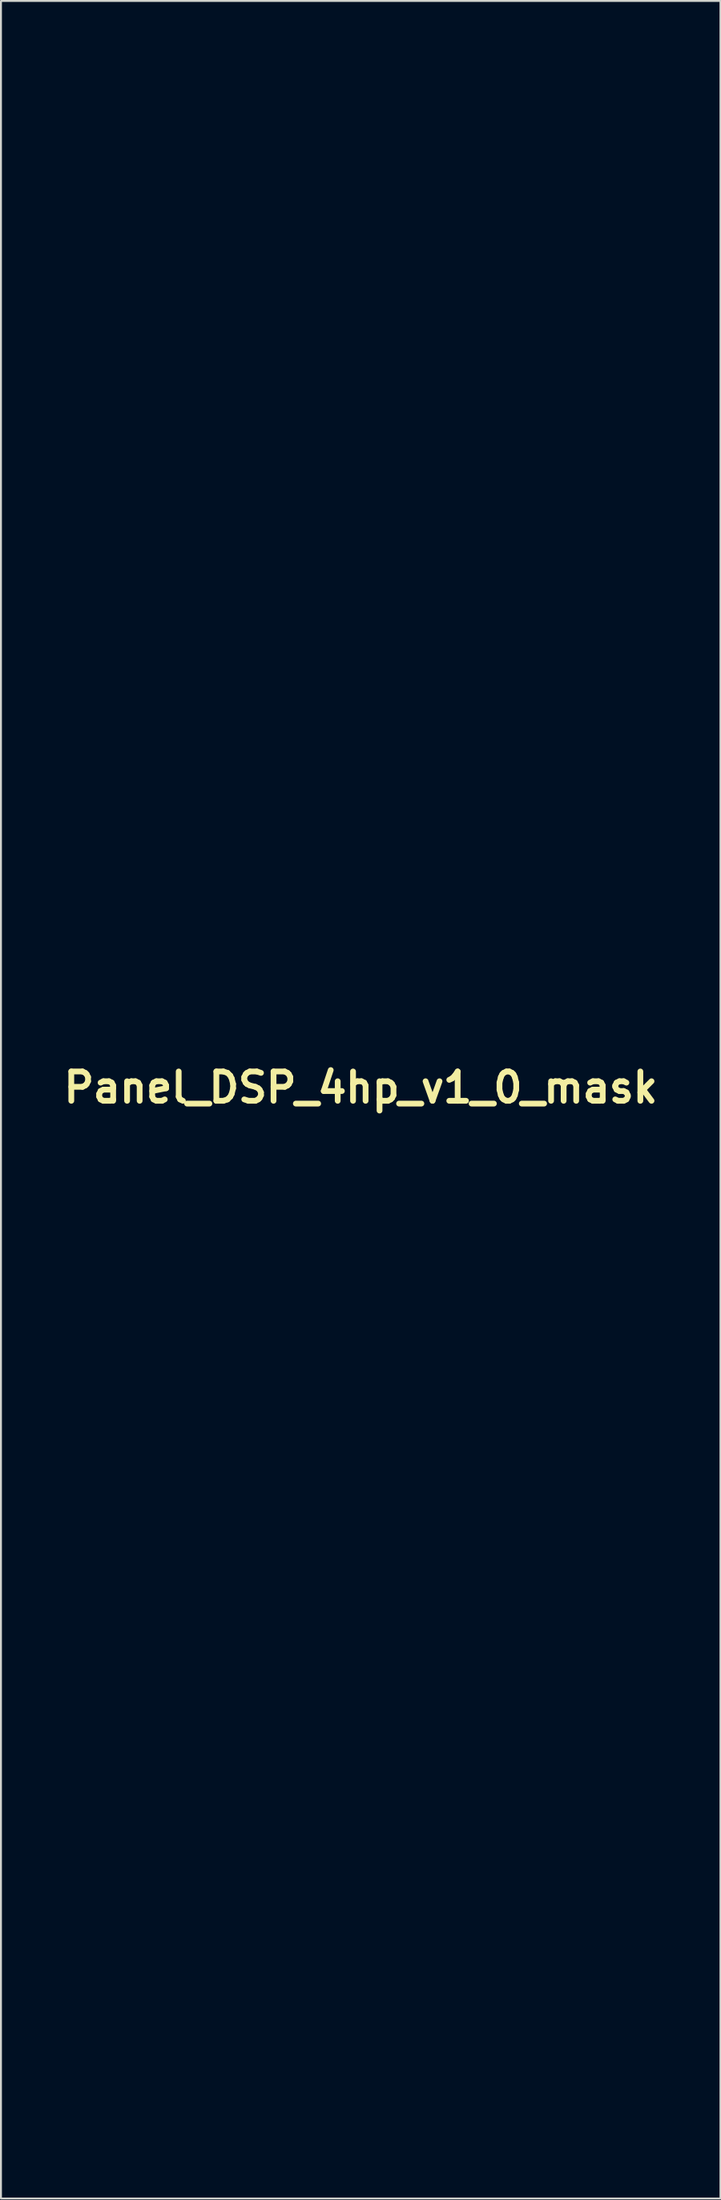
<source format=kicad_pcb>
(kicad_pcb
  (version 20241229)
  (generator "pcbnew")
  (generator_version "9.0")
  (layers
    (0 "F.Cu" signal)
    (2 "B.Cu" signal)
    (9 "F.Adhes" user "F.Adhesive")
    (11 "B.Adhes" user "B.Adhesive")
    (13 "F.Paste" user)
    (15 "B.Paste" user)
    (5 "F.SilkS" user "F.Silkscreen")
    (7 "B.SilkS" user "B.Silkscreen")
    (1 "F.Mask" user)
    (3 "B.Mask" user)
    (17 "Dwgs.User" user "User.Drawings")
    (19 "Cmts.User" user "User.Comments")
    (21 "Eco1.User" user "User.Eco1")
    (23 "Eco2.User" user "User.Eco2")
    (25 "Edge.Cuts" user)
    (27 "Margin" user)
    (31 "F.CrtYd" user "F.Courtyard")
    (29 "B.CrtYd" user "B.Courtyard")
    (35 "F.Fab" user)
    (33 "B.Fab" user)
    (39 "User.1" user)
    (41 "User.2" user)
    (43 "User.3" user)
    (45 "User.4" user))
  (footprint "Panel_DSP_4hp_v1_0_mask"
    (layer "F.Cu")
    (at 15.719 53.472)
    (property "Reference" "Panel_DSP_4hp_v1_0_mask" (at 0 0 0) (layer "F.SilkS") (effects (font (size 1.524 1.524) (thickness 0.3))))
    (attr through_hole)
    (fp_poly (pts (xy -4.487 6.096) (xy -6.435 6.096) (xy -6.435 5.842) (xy -4.487 5.842) (xy -4.487 6.096)) (stroke (width 0.01) (type solid)) (fill yes) (layer "F.Mask"))
    (fp_poly (pts (xy 0.028 -44.631) (xy 0.031 -44.609) (xy 0.038 -44.45) (xy 0.031 -44.291) (xy 0.023 -44.254) (xy 0.018 -44.293) (xy 0.014 -44.398) (xy 0.014 -44.45) (xy 0.016 -44.577) (xy 0.021 -44.641) (xy 0.028 -44.631)) (stroke (width 0.01) (type solid)) (fill yes) (layer "F.Mask"))
    (fp_poly (pts (xy 0.028 -43.869) (xy 0.031 -43.847) (xy 0.038 -43.688) (xy 0.031 -43.529) (xy 0.023 -43.492) (xy 0.018 -43.531) (xy 0.014 -43.636) (xy 0.014 -43.688) (xy 0.016 -43.815) (xy 0.021 -43.879) (xy 0.028 -43.869)) (stroke (width 0.01) (type solid)) (fill yes) (layer "F.Mask"))
    (fp_poly (pts (xy 0.028 -25.623) (xy 0.031 -25.601) (xy 0.038 -25.442) (xy 0.031 -25.284) (xy 0.023 -25.246) (xy 0.018 -25.285) (xy 0.014 -25.391) (xy 0.014 -25.442) (xy 0.016 -25.57) (xy 0.021 -25.633) (xy 0.028 -25.623)) (stroke (width 0.01) (type solid)) (fill yes) (layer "F.Mask"))
    (fp_poly (pts (xy 0.028 -24.861) (xy 0.031 -24.839) (xy 0.038 -24.68) (xy 0.031 -24.522) (xy 0.023 -24.484) (xy 0.018 -24.523) (xy 0.014 -24.629) (xy 0.014 -24.68) (xy 0.016 -24.808) (xy 0.021 -24.871) (xy 0.028 -24.861)) (stroke (width 0.01) (type solid)) (fill yes) (layer "F.Mask"))
    (fp_poly (pts (xy 0.028 -6.489) (xy 0.031 -6.466) (xy 0.038 -6.307) (xy 0.031 -6.149) (xy 0.023 -6.112) (xy 0.018 -6.15) (xy 0.014 -6.256) (xy 0.014 -6.308) (xy 0.016 -6.435) (xy 0.021 -6.498) (xy 0.028 -6.489)) (stroke (width 0.01) (type solid)) (fill yes) (layer "F.Mask"))
    (fp_poly (pts (xy 0.028 -5.727) (xy 0.031 -5.704) (xy 0.038 -5.545) (xy 0.031 -5.387) (xy 0.023 -5.35) (xy 0.018 -5.388) (xy 0.014 -5.494) (xy 0.014 -5.546) (xy 0.016 -5.673) (xy 0.021 -5.736) (xy 0.028 -5.727)) (stroke (width 0.01) (type solid)) (fill yes) (layer "F.Mask"))
    (fp_poly (pts (xy 0.071 12.44) (xy 0.073 12.458) (xy 0.08 12.607) (xy 0.073 12.749) (xy 0.073 12.754) (xy 0.065 12.783) (xy 0.059 12.738) (xy 0.056 12.627) (xy 0.056 12.594) (xy 0.058 12.474) (xy 0.064 12.42) (xy 0.071 12.44)) (stroke (width 0.01) (type solid)) (fill yes) (layer "F.Mask"))
    (fp_poly (pts (xy 0.071 13.159) (xy 0.073 13.177) (xy 0.08 13.327) (xy 0.073 13.469) (xy 0.073 13.474) (xy 0.065 13.503) (xy 0.059 13.457) (xy 0.056 13.347) (xy 0.056 13.314) (xy 0.058 13.194) (xy 0.064 13.139) (xy 0.071 13.159)) (stroke (width 0.01) (type solid)) (fill yes) (layer "F.Mask"))
    (fp_poly (pts (xy 0.317 12.924) (xy 0.495 12.927) (xy 0.596 12.931) (xy 0.618 12.938) (xy 0.559 12.946) (xy 0.418 12.956) (xy 0.296 12.962) (xy 0.099 12.965) (xy -0.125 12.96) (xy -0.275 12.951) (xy -0.362 12.942) (xy -0.371 12.934) (xy -0.299 12.929) (xy -0.146 12.926) (xy 0.064 12.924) (xy 0.317 12.924)) (stroke (width 0.01) (type solid)) (fill yes) (layer "F.Mask"))
    (fp_poly (pts (xy 0.278 -44.098) (xy 0.477 -44.095) (xy 0.598 -44.091) (xy 0.638 -44.086) (xy 0.597 -44.078) (xy 0.473 -44.07) (xy 0.275 -44.06) (xy 0.082 -44.057) (xy -0.149 -44.061) (xy -0.368 -44.071) (xy -0.381 -44.072) (xy -0.485 -44.08) (xy -0.512 -44.087) (xy -0.461 -44.092) (xy -0.33 -44.095) (xy -0.117 -44.097) (xy 0 -44.098) (xy 0.278 -44.098)) (stroke (width 0.01) (type solid)) (fill yes) (layer "F.Mask"))
    (fp_poly (pts (xy 0.278 -25.09) (xy 0.477 -25.088) (xy 0.598 -25.084) (xy 0.638 -25.078) (xy 0.597 -25.071) (xy 0.473 -25.062) (xy 0.275 -25.053) (xy 0.082 -25.05) (xy -0.149 -25.053) (xy -0.368 -25.063) (xy -0.381 -25.064) (xy -0.485 -25.072) (xy -0.512 -25.079) (xy -0.461 -25.084) (xy -0.33 -25.088) (xy -0.117 -25.09) (xy 0 -25.09) (xy 0.278 -25.09)) (stroke (width 0.01) (type solid)) (fill yes) (layer "F.Mask"))
    (fp_poly (pts (xy 0.278 -5.955) (xy 0.477 -5.953) (xy 0.598 -5.949) (xy 0.638 -5.943) (xy 0.597 -5.936) (xy 0.473 -5.928) (xy 0.275 -5.918) (xy 0.082 -5.915) (xy -0.149 -5.919) (xy -0.368 -5.929) (xy -0.381 -5.929) (xy -0.485 -5.938) (xy -0.512 -5.944) (xy -0.461 -5.949) (xy -0.33 -5.953) (xy -0.117 -5.955) (xy 0 -5.955) (xy 0.278 -5.955)) (stroke (width 0.01) (type solid)) (fill yes) (layer "F.Mask"))
    (fp_poly (pts (xy 3.084 41.723) (xy 3.186 41.793) (xy 3.254 41.921) (xy 3.291 42.113) (xy 3.302 42.376) (xy 3.29 42.641) (xy 3.253 42.833) (xy 3.185 42.96) (xy 3.082 43.029) (xy 2.942 43.05) (xy 2.827 43.034) (xy 2.748 42.999) (xy 2.671 42.918) (xy 2.62 42.807) (xy 2.593 42.648) (xy 2.583 42.425) (xy 2.582 42.376) (xy 2.594 42.11) (xy 2.631 41.918) (xy 2.699 41.792) (xy 2.802 41.722) (xy 2.942 41.701) (xy 3.084 41.723)) (stroke (width 0.01) (type solid)) (fill yes) (layer "F.Mask"))
    (fp_poly (pts (xy 5.34 4.935) (xy 5.372 4.955) (xy 5.39 5.007) (xy 5.401 5.106) (xy 5.407 5.269) (xy 5.41 5.345) (xy 5.422 5.757) (xy 6.265 5.757) (xy 6.265 6.011) (xy 5.419 6.011) (xy 5.419 6.435) (xy 5.418 6.627) (xy 5.413 6.75) (xy 5.401 6.819) (xy 5.377 6.85) (xy 5.339 6.858) (xy 5.32 6.858) (xy 5.231 6.847) (xy 5.193 6.83) (xy 5.181 6.778) (xy 5.171 6.661) (xy 5.165 6.501) (xy 5.165 6.406) (xy 5.165 6.011) (xy 4.318 6.011) (xy 4.318 5.757) (xy 5.162 5.757) (xy 5.174 5.345) (xy 5.18 5.155) (xy 5.189 5.035) (xy 5.204 4.968) (xy 5.23 4.939) (xy 5.272 4.932) (xy 5.292 4.932) (xy 5.34 4.935)) (stroke (width 0.01) (type solid)) (fill yes) (layer "F.Mask"))
    (fp_poly (pts (xy -4.526 18.762) (xy -4.483 18.812) (xy -4.446 18.916) (xy -4.436 18.964) (xy -4.414 19.079) (xy -4.394 19.152) (xy -4.388 19.163) (xy -4.343 19.158) (xy -4.252 19.123) (xy -4.221 19.109) (xy -4.088 19.066) (xy -3.994 19.07) (xy -3.963 19.095) (xy -3.988 19.127) (xy -4.079 19.178) (xy -4.143 19.209) (xy -4.371 19.314) (xy -4.343 19.584) (xy -4.335 19.742) (xy -4.348 19.835) (xy -4.377 19.859) (xy -4.419 19.807) (xy -4.446 19.746) (xy -4.478 19.618) (xy -4.487 19.513) (xy -4.503 19.421) (xy -4.557 19.394) (xy -4.659 19.43) (xy -4.699 19.452) (xy -4.819 19.5) (xy -4.931 19.513) (xy -5.006 19.487) (xy -5.013 19.478) (xy -4.989 19.446) (xy -4.904 19.397) (xy -4.782 19.346) (xy -4.527 19.25) (xy -4.555 18.996) (xy -4.568 18.854) (xy -4.564 18.78) (xy -4.541 18.759) (xy -4.526 18.762)) (stroke (width 0.01) (type solid)) (fill yes) (layer "F.Mask"))
    (fp_poly (pts (xy -8.032 10.396) (xy -7.966 10.5) (xy -7.945 10.547) (xy -7.878 10.718) (xy -7.734 10.608) (xy -7.622 10.537) (xy -7.525 10.501) (xy -7.463 10.505) (xy -7.452 10.53) (xy -7.484 10.571) (xy -7.565 10.643) (xy -7.639 10.702) (xy -7.825 10.842) (xy -7.722 11.074) (xy -7.661 11.215) (xy -7.63 11.297) (xy -7.63 11.334) (xy -7.656 11.345) (xy -7.685 11.345) (xy -7.74 11.309) (xy -7.803 11.215) (xy -7.832 11.155) (xy -7.884 11.045) (xy -7.926 10.976) (xy -7.94 10.964) (xy -7.987 10.988) (xy -8.074 11.05) (xy -8.124 11.088) (xy -8.247 11.169) (xy -8.328 11.181) (xy -8.34 11.176) (xy -8.369 11.14) (xy -8.336 11.09) (xy -8.296 11.057) (xy -8.18 10.965) (xy -8.088 10.89) (xy -7.985 10.807) (xy -8.078 10.582) (xy -8.126 10.459) (xy -8.153 10.371) (xy -8.156 10.343) (xy -8.101 10.338) (xy -8.032 10.396)) (stroke (width 0.01) (type solid)) (fill yes) (layer "F.Mask"))
    (fp_poly (pts (xy 7.734 10.004) (xy 7.757 10.051) (xy 7.796 10.165) (xy 7.847 10.333) (xy 7.904 10.538) (xy 7.939 10.668) (xy 8.107 11.309) (xy 8.29 11.282) (xy 8.404 11.269) (xy 8.454 11.279) (xy 8.461 11.319) (xy 8.46 11.329) (xy 8.422 11.378) (xy 8.322 11.429) (xy 8.15 11.486) (xy 8.107 11.498) (xy 7.896 11.555) (xy 7.754 11.586) (xy 7.67 11.592) (xy 7.631 11.574) (xy 7.627 11.533) (xy 7.628 11.528) (xy 7.675 11.469) (xy 7.773 11.423) (xy 7.782 11.42) (xy 7.839 11.405) (xy 7.878 11.387) (xy 7.898 11.354) (xy 7.898 11.291) (xy 7.878 11.189) (xy 7.838 11.033) (xy 7.777 10.811) (xy 7.754 10.731) (xy 7.637 10.308) (xy 7.497 10.322) (xy 7.399 10.321) (xy 7.373 10.291) (xy 7.375 10.282) (xy 7.418 10.22) (xy 7.5 10.142) (xy 7.597 10.068) (xy 7.683 10.015) (xy 7.734 10.004) (xy 7.734 10.004)) (stroke (width 0.01) (type solid)) (fill yes) (layer "F.Mask"))
    (fp_poly (pts (xy 3.329 19.365) (xy 3.324 19.403) (xy 3.309 19.474) (xy 3.29 19.59) (xy 3.284 19.629) (xy 3.26 19.805) (xy 3.514 19.904) (xy 3.644 19.958) (xy 3.736 20.004) (xy 3.768 20.03) (xy 3.733 20.073) (xy 3.641 20.079) (xy 3.51 20.047) (xy 3.454 20.026) (xy 3.268 19.946) (xy 3.243 20.038) (xy 3.223 20.155) (xy 3.218 20.241) (xy 3.202 20.316) (xy 3.164 20.388) (xy 3.122 20.437) (xy 3.091 20.438) (xy 3.086 20.42) (xy 3.084 20.321) (xy 3.094 20.181) (xy 3.111 20.044) (xy 3.117 20.012) (xy 3.123 19.942) (xy 3.096 19.893) (xy 3.02 19.847) (xy 2.925 19.805) (xy 2.806 19.749) (xy 2.728 19.699) (xy 2.709 19.675) (xy 2.73 19.653) (xy 2.801 19.654) (xy 2.934 19.679) (xy 3.059 19.709) (xy 3.133 19.721) (xy 3.166 19.697) (xy 3.175 19.614) (xy 3.175 19.568) (xy 3.188 19.448) (xy 3.222 19.363) (xy 3.232 19.352) (xy 3.298 19.326) (xy 3.329 19.365)) (stroke (width 0.01) (type solid)) (fill yes) (layer "F.Mask"))
    (fp_poly (pts (xy 8.636 12.606) (xy 7.948 12.642) (xy 7.26 12.679) (xy 7.233 13.293) (xy 7.157 14.071) (xy 7.001 14.826) (xy 6.767 15.551) (xy 6.457 16.244) (xy 6.071 16.901) (xy 5.612 17.517) (xy 5.236 17.935) (xy 4.942 18.238) (xy 5.411 18.757) (xy 5.585 18.95) (xy 5.707 19.091) (xy 5.785 19.189) (xy 5.824 19.254) (xy 5.833 19.296) (xy 5.817 19.324) (xy 5.809 19.331) (xy 5.742 19.375) (xy 5.715 19.386) (xy 5.681 19.356) (xy 5.602 19.274) (xy 5.491 19.153) (xy 5.36 19.005) (xy 5.355 19) (xy 5.185 18.807) (xy 4.997 18.599) (xy 4.82 18.405) (xy 4.724 18.3) (xy 4.431 17.986) (xy 4.728 17.682) (xy 5.245 17.096) (xy 5.684 16.479) (xy 6.045 15.834) (xy 6.327 15.164) (xy 6.529 14.469) (xy 6.65 13.753) (xy 6.689 13.041) (xy 6.689 12.501) (xy 7.313 12.473) (xy 7.571 12.461) (xy 7.834 12.447) (xy 8.073 12.432) (xy 8.261 12.42) (xy 8.287 12.418) (xy 8.636 12.391) (xy 8.636 12.606)) (stroke (width 0.01) (type solid)) (fill yes) (layer "F.Mask"))
    (fp_poly (pts (xy -6.554 10.297) (xy -6.531 10.304) (xy -6.533 10.351) (xy -6.555 10.466) (xy -6.594 10.632) (xy -6.647 10.837) (xy -6.682 10.967) (xy -6.742 11.188) (xy -6.79 11.38) (xy -6.823 11.529) (xy -6.838 11.621) (xy -6.837 11.641) (xy -6.783 11.675) (xy -6.688 11.705) (xy -6.599 11.746) (xy -6.559 11.805) (xy -6.582 11.858) (xy -6.593 11.865) (xy -6.646 11.862) (xy -6.76 11.84) (xy -6.916 11.803) (xy -7.017 11.777) (xy -7.204 11.723) (xy -7.322 11.681) (xy -7.385 11.642) (xy -7.407 11.602) (xy -7.408 11.589) (xy -7.396 11.536) (xy -7.344 11.525) (xy -7.271 11.537) (xy -7.166 11.559) (xy -7.099 11.572) (xy -7.097 11.572) (xy -7.074 11.537) (xy -7.035 11.438) (xy -6.985 11.295) (xy -6.93 11.126) (xy -6.875 10.949) (xy -6.827 10.784) (xy -6.792 10.649) (xy -6.775 10.562) (xy -6.774 10.552) (xy -6.81 10.504) (xy -6.879 10.474) (xy -6.969 10.435) (xy -6.982 10.389) (xy -6.922 10.345) (xy -6.795 10.311) (xy -6.771 10.308) (xy -6.644 10.296) (xy -6.554 10.297)) (stroke (width 0.01) (type solid)) (fill yes) (layer "F.Mask"))
    (fp_poly (pts (xy 7.005 10.67) (xy 7.021 10.689) (xy 7.008 10.743) (xy 6.965 10.85) (xy 6.94 10.907) (xy 6.897 11.005) (xy 6.877 11.071) (xy 6.888 11.124) (xy 6.94 11.182) (xy 7.041 11.262) (xy 7.154 11.348) (xy 7.239 11.42) (xy 7.258 11.462) (xy 7.229 11.483) (xy 7.152 11.474) (xy 7.04 11.415) (xy 6.999 11.386) (xy 6.899 11.314) (xy 6.828 11.269) (xy 6.811 11.262) (xy 6.782 11.297) (xy 6.738 11.387) (xy 6.714 11.447) (xy 6.662 11.554) (xy 6.603 11.635) (xy 6.551 11.676) (xy 6.522 11.662) (xy 6.519 11.642) (xy 6.534 11.583) (xy 6.571 11.474) (xy 6.604 11.388) (xy 6.651 11.266) (xy 6.682 11.181) (xy 6.689 11.156) (xy 6.657 11.124) (xy 6.576 11.06) (xy 6.497 11.001) (xy 6.39 10.919) (xy 6.347 10.867) (xy 6.36 10.834) (xy 6.37 10.827) (xy 6.447 10.824) (xy 6.562 10.888) (xy 6.584 10.905) (xy 6.677 10.97) (xy 6.738 11.002) (xy 6.749 11.002) (xy 6.773 10.956) (xy 6.816 10.861) (xy 6.83 10.827) (xy 6.886 10.727) (xy 6.946 10.672) (xy 6.962 10.668) (xy 7.005 10.67)) (stroke (width 0.01) (type solid)) (fill yes) (layer "F.Mask"))
    (fp_poly (pts (xy -3.147 18.998) (xy -2.961 19.081) (xy -2.809 19.197) (xy -2.751 19.27) (xy -2.687 19.439) (xy -2.705 19.602) (xy -2.804 19.747) (xy -2.817 19.759) (xy -2.881 19.806) (xy -2.955 19.835) (xy -3.063 19.849) (xy -3.225 19.854) (xy -3.299 19.854) (xy -3.49 19.858) (xy -3.619 19.87) (xy -3.707 19.895) (xy -3.777 19.937) (xy -3.783 19.942) (xy -3.86 20.016) (xy -3.894 20.078) (xy -3.895 20.081) (xy -3.86 20.124) (xy -3.767 20.192) (xy -3.636 20.272) (xy -3.598 20.293) (xy -3.42 20.401) (xy -3.322 20.487) (xy -3.303 20.555) (xy -3.335 20.59) (xy -3.384 20.579) (xy -3.489 20.533) (xy -3.633 20.461) (xy -3.759 20.394) (xy -3.919 20.301) (xy -4.048 20.218) (xy -4.129 20.157) (xy -4.149 20.132) (xy -4.12 20.049) (xy -4.049 19.939) (xy -3.956 19.829) (xy -3.865 19.747) (xy -3.825 19.725) (xy -3.734 19.706) (xy -3.586 19.692) (xy -3.411 19.685) (xy -3.369 19.685) (xy -3.185 19.681) (xy -3.066 19.669) (xy -2.991 19.643) (xy -2.949 19.608) (xy -2.885 19.489) (xy -2.9 19.372) (xy -2.986 19.264) (xy -3.138 19.176) (xy -3.27 19.133) (xy -3.399 19.087) (xy -3.465 19.037) (xy -3.463 18.994) (xy -3.39 18.969) (xy -3.334 18.966) (xy -3.147 18.998)) (stroke (width 0.01) (type solid)) (fill yes) (layer "F.Mask"))
    (fp_poly (pts (xy 4.388 18.542) (xy 4.501 18.655) (xy 4.51 18.671) (xy 4.551 18.768) (xy 4.565 18.858) (xy 4.547 18.962) (xy 4.493 19.098) (xy 4.399 19.285) (xy 4.381 19.319) (xy 4.293 19.491) (xy 4.241 19.608) (xy 4.22 19.688) (xy 4.225 19.749) (xy 4.24 19.788) (xy 4.286 19.867) (xy 4.32 19.897) (xy 4.369 19.877) (xy 4.47 19.824) (xy 4.605 19.748) (xy 4.641 19.727) (xy 4.799 19.636) (xy 4.899 19.584) (xy 4.957 19.566) (xy 4.988 19.578) (xy 5.008 19.615) (xy 5.01 19.62) (xy 4.994 19.668) (xy 4.914 19.74) (xy 4.764 19.842) (xy 4.665 19.902) (xy 4.508 19.995) (xy 4.379 20.072) (xy 4.294 20.122) (xy 4.271 20.135) (xy 4.226 20.118) (xy 4.181 20.076) (xy 4.074 19.925) (xy 4.029 19.777) (xy 4.045 19.615) (xy 4.123 19.422) (xy 4.196 19.29) (xy 4.279 19.139) (xy 4.341 19.003) (xy 4.37 18.909) (xy 4.371 18.896) (xy 4.341 18.767) (xy 4.262 18.692) (xy 4.146 18.672) (xy 4.009 18.705) (xy 3.865 18.792) (xy 3.737 18.919) (xy 3.657 18.983) (xy 3.59 18.982) (xy 3.557 18.918) (xy 3.556 18.903) (xy 3.59 18.835) (xy 3.676 18.745) (xy 3.793 18.649) (xy 3.919 18.564) (xy 4.034 18.508) (xy 4.053 18.502) (xy 4.232 18.488) (xy 4.388 18.542)) (stroke (width 0.01) (type solid)) (fill yes) (layer "F.Mask"))
    (fp_poly (pts (xy -8.181 12.418) (xy -7.993 12.43) (xy -7.751 12.444) (xy -7.485 12.459) (xy -7.226 12.472) (xy -7.213 12.472) (xy -6.616 12.5) (xy -6.591 13.182) (xy -6.535 13.874) (xy -6.418 14.521) (xy -6.236 15.142) (xy -5.984 15.755) (xy -5.897 15.935) (xy -5.707 16.282) (xy -5.482 16.64) (xy -5.235 16.991) (xy -4.981 17.315) (xy -4.732 17.596) (xy -4.514 17.805) (xy -4.411 17.903) (xy -4.373 17.971) (xy -4.383 18.01) (xy -4.434 18.073) (xy -4.527 18.182) (xy -4.653 18.325) (xy -4.802 18.491) (xy -4.964 18.67) (xy -5.128 18.851) (xy -5.284 19.022) (xy -5.423 19.172) (xy -5.535 19.29) (xy -5.609 19.366) (xy -5.635 19.389) (xy -5.681 19.36) (xy -5.716 19.324) (xy -5.743 19.269) (xy -5.718 19.206) (xy -5.666 19.144) (xy -5.597 19.067) (xy -5.486 18.945) (xy -5.35 18.794) (xy -5.207 18.635) (xy -4.853 18.242) (xy -5.108 17.979) (xy -5.627 17.385) (xy -6.071 16.751) (xy -6.442 16.076) (xy -6.74 15.358) (xy -6.921 14.774) (xy -7.007 14.394) (xy -7.078 13.973) (xy -7.128 13.547) (xy -7.153 13.152) (xy -7.154 13.036) (xy -7.154 12.658) (xy -7.377 12.657) (xy -7.513 12.655) (xy -7.705 12.648) (xy -7.924 12.638) (xy -8.075 12.63) (xy -8.281 12.617) (xy -8.417 12.606) (xy -8.497 12.59) (xy -8.537 12.568) (xy -8.55 12.533) (xy -8.551 12.497) (xy -8.551 12.392) (xy -8.181 12.418)) (stroke (width 0.01) (type solid)) (fill yes) (layer "F.Mask"))
    (fp_poly (pts (xy 0.197 4.421) (xy 0.38 4.496) (xy 0.514 4.64) (xy 0.598 4.852) (xy 0.632 5.131) (xy 0.633 5.186) (xy 0.609 5.464) (xy 0.54 5.686) (xy 0.428 5.843) (xy 0.344 5.903) (xy 0.19 5.95) (xy 0.003 5.964) (xy -0.172 5.942) (xy -0.244 5.917) (xy -0.374 5.809) (xy -0.439 5.692) (xy -0.195 5.692) (xy -0.17 5.735) (xy -0.087 5.781) (xy 0.04 5.798) (xy 0.174 5.786) (xy 0.252 5.758) (xy 0.32 5.691) (xy 0.376 5.585) (xy 0.377 5.583) (xy 0.398 5.485) (xy 0.413 5.348) (xy 0.422 5.196) (xy 0.422 5.051) (xy 0.415 4.936) (xy 0.399 4.874) (xy 0.392 4.87) (xy 0.366 4.887) (xy 0.317 4.941) (xy 0.239 5.04) (xy 0.126 5.191) (xy -0.028 5.4) (xy -0.122 5.531) (xy -0.184 5.629) (xy -0.195 5.692) (xy -0.439 5.692) (xy -0.471 5.633) (xy -0.529 5.4) (xy -0.536 5.339) (xy -0.338 5.339) (xy -0.328 5.448) (xy -0.308 5.501) (xy -0.301 5.503) (xy -0.263 5.471) (xy -0.186 5.384) (xy -0.081 5.256) (xy 0.037 5.103) (xy 0.337 4.703) (xy 0.244 4.637) (xy 0.091 4.574) (xy -0.061 4.588) (xy -0.192 4.673) (xy -0.279 4.807) (xy -0.306 4.908) (xy -0.326 5.046) (xy -0.337 5.197) (xy -0.338 5.339) (xy -0.536 5.339) (xy -0.54 5.298) (xy -0.536 4.997) (xy -0.477 4.755) (xy -0.366 4.575) (xy -0.205 4.459) (xy -0.034 4.415) (xy 0.197 4.421)) (stroke (width 0.01) (type solid)) (fill yes) (layer "F.Mask"))
    (fp_poly (pts (xy -2.062 -37.748) (xy -1.956 -37.715) (xy -1.905 -37.698) (xy -1.58 -37.605) (xy -1.193 -37.529) (xy -0.766 -37.474) (xy -0.32 -37.439) (xy 0.123 -37.428) (xy 0.542 -37.443) (xy 0.759 -37.463) (xy 1.028 -37.502) (xy 1.336 -37.559) (xy 1.65 -37.627) (xy 1.933 -37.699) (xy 2.076 -37.741) (xy 2.104 -37.738) (xy 2.134 -37.708) (xy 2.171 -37.641) (xy 2.219 -37.529) (xy 2.28 -37.361) (xy 2.36 -37.131) (xy 2.455 -36.85) (xy 2.541 -36.587) (xy 2.617 -36.353) (xy 2.679 -36.159) (xy 2.722 -36.015) (xy 2.744 -35.935) (xy 2.745 -35.921) (xy 2.696 -35.903) (xy 2.648 -35.892) (xy 2.614 -35.896) (xy 2.58 -35.927) (xy 2.542 -35.996) (xy 2.493 -36.115) (xy 2.43 -36.294) (xy 2.357 -36.513) (xy 2.285 -36.729) (xy 2.223 -36.916) (xy 2.175 -37.058) (xy 2.145 -37.142) (xy 2.139 -37.159) (xy 2.096 -37.154) (xy 1.989 -37.133) (xy 1.834 -37.099) (xy 1.689 -37.066) (xy 1.046 -36.947) (xy 0.376 -36.885) (xy -0.297 -36.881) (xy -0.952 -36.935) (xy -1.46 -37.023) (xy -1.664 -37.067) (xy -1.843 -37.104) (xy -1.978 -37.13) (xy -2.049 -37.141) (xy -2.049 -37.141) (xy -2.084 -37.132) (xy -2.12 -37.093) (xy -2.161 -37.013) (xy -2.214 -36.88) (xy -2.283 -36.685) (xy -2.345 -36.502) (xy -2.418 -36.284) (xy -2.484 -36.098) (xy -2.536 -35.957) (xy -2.571 -35.874) (xy -2.581 -35.858) (xy -2.632 -35.878) (xy -2.676 -35.901) (xy -2.704 -35.925) (xy -2.715 -35.965) (xy -2.706 -36.034) (xy -2.675 -36.148) (xy -2.618 -36.321) (xy -2.585 -36.418) (xy -2.502 -36.665) (xy -2.412 -36.939) (xy -2.328 -37.2) (xy -2.288 -37.327) (xy -2.231 -37.504) (xy -2.179 -37.646) (xy -2.139 -37.737) (xy -2.12 -37.761) (xy -2.062 -37.748)) (stroke (width 0.01) (type solid)) (fill yes) (layer "F.Mask"))
    (fp_poly (pts (xy -2.062 -18.741) (xy -1.956 -18.708) (xy -1.905 -18.69) (xy -1.58 -18.597) (xy -1.193 -18.522) (xy -0.766 -18.466) (xy -0.32 -18.432) (xy 0.123 -18.421) (xy 0.542 -18.435) (xy 0.759 -18.455) (xy 1.028 -18.494) (xy 1.336 -18.551) (xy 1.65 -18.619) (xy 1.933 -18.691) (xy 2.076 -18.733) (xy 2.104 -18.731) (xy 2.134 -18.701) (xy 2.171 -18.634) (xy 2.219 -18.521) (xy 2.28 -18.354) (xy 2.36 -18.123) (xy 2.455 -17.842) (xy 2.541 -17.58) (xy 2.617 -17.346) (xy 2.679 -17.151) (xy 2.722 -17.008) (xy 2.744 -16.927) (xy 2.745 -16.913) (xy 2.696 -16.895) (xy 2.648 -16.884) (xy 2.614 -16.888) (xy 2.58 -16.919) (xy 2.542 -16.988) (xy 2.493 -17.107) (xy 2.43 -17.286) (xy 2.357 -17.505) (xy 2.285 -17.722) (xy 2.223 -17.908) (xy 2.175 -18.05) (xy 2.145 -18.134) (xy 2.139 -18.151) (xy 2.096 -18.147) (xy 1.989 -18.126) (xy 1.834 -18.092) (xy 1.689 -18.058) (xy 1.046 -17.939) (xy 0.376 -17.877) (xy -0.297 -17.873) (xy -0.952 -17.927) (xy -1.46 -18.015) (xy -1.664 -18.059) (xy -1.843 -18.096) (xy -1.978 -18.122) (xy -2.049 -18.134) (xy -2.049 -18.134) (xy -2.084 -18.125) (xy -2.12 -18.085) (xy -2.161 -18.005) (xy -2.214 -17.873) (xy -2.283 -17.678) (xy -2.345 -17.494) (xy -2.418 -17.277) (xy -2.484 -17.09) (xy -2.536 -16.949) (xy -2.571 -16.866) (xy -2.581 -16.85) (xy -2.632 -16.87) (xy -2.676 -16.893) (xy -2.704 -16.917) (xy -2.715 -16.957) (xy -2.706 -17.027) (xy -2.675 -17.141) (xy -2.618 -17.314) (xy -2.585 -17.411) (xy -2.502 -17.657) (xy -2.412 -17.932) (xy -2.328 -18.192) (xy -2.288 -18.32) (xy -2.231 -18.497) (xy -2.179 -18.639) (xy -2.139 -18.729) (xy -2.12 -18.754) (xy -2.062 -18.741)) (stroke (width 0.01) (type solid)) (fill yes) (layer "F.Mask"))
    (fp_poly (pts (xy -2.062 0.394) (xy -1.956 0.427) (xy -1.905 0.444) (xy -1.58 0.537) (xy -1.193 0.613) (xy -0.766 0.669) (xy -0.32 0.703) (xy 0.123 0.714) (xy 0.542 0.7) (xy 0.759 0.68) (xy 1.028 0.641) (xy 1.336 0.583) (xy 1.65 0.515) (xy 1.933 0.444) (xy 2.076 0.402) (xy 2.104 0.404) (xy 2.134 0.434) (xy 2.171 0.501) (xy 2.219 0.614) (xy 2.28 0.781) (xy 2.36 1.012) (xy 2.455 1.293) (xy 2.541 1.555) (xy 2.617 1.789) (xy 2.679 1.983) (xy 2.722 2.127) (xy 2.744 2.208) (xy 2.745 2.221) (xy 2.696 2.24) (xy 2.648 2.25) (xy 2.614 2.247) (xy 2.58 2.216) (xy 2.542 2.146) (xy 2.493 2.028) (xy 2.43 1.849) (xy 2.357 1.63) (xy 2.285 1.413) (xy 2.223 1.227) (xy 2.175 1.084) (xy 2.145 1) (xy 2.139 0.984) (xy 2.096 0.988) (xy 1.989 1.009) (xy 1.834 1.043) (xy 1.689 1.077) (xy 1.046 1.196) (xy 0.376 1.257) (xy -0.297 1.262) (xy -0.952 1.208) (xy -1.46 1.119) (xy -1.664 1.075) (xy -1.843 1.038) (xy -1.978 1.012) (xy -2.049 1.001) (xy -2.049 1.001) (xy -2.084 1.01) (xy -2.12 1.049) (xy -2.161 1.13) (xy -2.214 1.262) (xy -2.283 1.457) (xy -2.345 1.64) (xy -2.418 1.858) (xy -2.484 2.044) (xy -2.536 2.186) (xy -2.571 2.268) (xy -2.581 2.285) (xy -2.632 2.265) (xy -2.676 2.241) (xy -2.704 2.217) (xy -2.715 2.178) (xy -2.706 2.108) (xy -2.675 1.994) (xy -2.618 1.821) (xy -2.585 1.724) (xy -2.502 1.477) (xy -2.412 1.203) (xy -2.328 0.943) (xy -2.288 0.815) (xy -2.231 0.638) (xy -2.179 0.496) (xy -2.139 0.405) (xy -2.12 0.381) (xy -2.062 0.394)) (stroke (width 0.01) (type solid)) (fill yes) (layer "F.Mask"))
    (fp_poly (pts (xy -1.702 4.536) (xy -1.664 4.584) (xy -1.624 4.684) (xy -1.579 4.842) (xy -1.527 5.067) (xy -1.464 5.366) (xy -1.448 5.446) (xy -1.395 5.71) (xy -1.348 5.947) (xy -1.31 6.144) (xy -1.284 6.288) (xy -1.271 6.366) (xy -1.27 6.375) (xy -1.308 6.405) (xy -1.411 6.447) (xy -1.559 6.493) (xy -1.64 6.515) (xy -2.316 6.729) (xy -2.967 7.02) (xy -3.587 7.382) (xy -4.168 7.808) (xy -4.7 8.294) (xy -5.177 8.832) (xy -5.59 9.417) (xy -5.704 9.608) (xy -5.796 9.762) (xy -5.876 9.885) (xy -5.932 9.96) (xy -5.949 9.975) (xy -5.997 9.96) (xy -6.11 9.911) (xy -6.274 9.835) (xy -6.48 9.736) (xy -6.715 9.62) (xy -6.827 9.564) (xy -7.1 9.426) (xy -7.305 9.32) (xy -7.452 9.24) (xy -7.549 9.181) (xy -7.604 9.137) (xy -7.627 9.103) (xy -7.626 9.074) (xy -7.62 9.059) (xy -7.576 8.992) (xy -7.554 8.975) (xy -7.512 8.993) (xy -7.407 9.042) (xy -7.252 9.117) (xy -7.063 9.211) (xy -6.938 9.274) (xy -6.734 9.374) (xy -6.558 9.459) (xy -6.423 9.52) (xy -6.342 9.553) (xy -6.326 9.557) (xy -6.298 9.516) (xy -6.237 9.42) (xy -6.153 9.283) (xy -6.087 9.175) (xy -5.662 8.558) (xy -5.172 7.988) (xy -4.622 7.471) (xy -4.02 7.011) (xy -3.375 6.615) (xy -2.693 6.289) (xy -1.983 6.038) (xy -1.967 6.033) (xy -1.801 5.984) (xy -1.669 5.942) (xy -1.589 5.914) (xy -1.575 5.907) (xy -1.578 5.862) (xy -1.595 5.749) (xy -1.626 5.582) (xy -1.667 5.376) (xy -1.694 5.248) (xy -1.75 4.966) (xy -1.784 4.761) (xy -1.797 4.628) (xy -1.788 4.565) (xy -1.785 4.562) (xy -1.742 4.531) (xy -1.702 4.536)) (stroke (width 0.01) (type solid)) (fill yes) (layer "F.Mask"))
    (fp_poly (pts (xy -2.058 19.28) (xy -1.954 19.305) (xy -1.805 19.344) (xy -1.715 19.369) (xy -1.063 19.51) (xy -0.383 19.586) (xy 0.048 19.599) (xy 0.446 19.59) (xy 0.797 19.564) (xy 1.138 19.515) (xy 1.506 19.439) (xy 1.667 19.401) (xy 1.857 19.355) (xy 2.017 19.317) (xy 2.129 19.292) (xy 2.173 19.284) (xy 2.194 19.322) (xy 2.236 19.426) (xy 2.294 19.584) (xy 2.364 19.78) (xy 2.441 20.002) (xy 2.52 20.236) (xy 2.597 20.466) (xy 2.667 20.681) (xy 2.725 20.865) (xy 2.766 21.005) (xy 2.786 21.087) (xy 2.787 21.103) (xy 2.739 21.12) (xy 2.69 21.131) (xy 2.656 21.128) (xy 2.622 21.098) (xy 2.584 21.03) (xy 2.537 20.915) (xy 2.475 20.74) (xy 2.395 20.497) (xy 2.314 20.254) (xy 2.253 20.08) (xy 2.207 19.966) (xy 2.17 19.9) (xy 2.137 19.871) (xy 2.104 19.868) (xy 2.096 19.869) (xy 1.752 19.953) (xy 1.468 20.016) (xy 1.22 20.062) (xy 0.988 20.093) (xy 0.75 20.112) (xy 0.482 20.122) (xy 0.164 20.126) (xy 0.042 20.126) (xy -0.245 20.125) (xy -0.479 20.122) (xy -0.676 20.115) (xy -0.855 20.101) (xy -1.032 20.078) (xy -1.226 20.045) (xy -1.452 19.998) (xy -1.729 19.936) (xy -2.011 19.871) (xy -2.045 19.871) (xy -2.077 19.896) (xy -2.113 19.956) (xy -2.157 20.062) (xy -2.215 20.226) (xy -2.292 20.458) (xy -2.307 20.504) (xy -2.386 20.747) (xy -2.446 20.92) (xy -2.49 21.033) (xy -2.525 21.099) (xy -2.556 21.127) (xy -2.588 21.129) (xy -2.612 21.122) (xy -2.641 21.108) (xy -2.659 21.087) (xy -2.665 21.048) (xy -2.655 20.981) (xy -2.628 20.875) (xy -2.581 20.721) (xy -2.512 20.508) (xy -2.418 20.226) (xy -2.405 20.185) (xy -2.318 19.925) (xy -2.241 19.693) (xy -2.176 19.502) (xy -2.129 19.362) (xy -2.103 19.285) (xy -2.098 19.274) (xy -2.058 19.28)) (stroke (width 0.01) (type solid)) (fill yes) (layer "F.Mask"))
    (fp_poly (pts (xy 1.852 4.548) (xy 1.882 4.561) (xy 1.899 4.587) (xy 1.903 4.637) (xy 1.894 4.726) (xy 1.869 4.864) (xy 1.827 5.064) (xy 1.791 5.234) (xy 1.743 5.459) (xy 1.705 5.653) (xy 1.677 5.802) (xy 1.663 5.891) (xy 1.663 5.91) (xy 1.707 5.928) (xy 1.814 5.962) (xy 1.963 6.007) (xy 2.039 6.03) (xy 2.714 6.257) (xy 3.335 6.535) (xy 3.915 6.873) (xy 4.469 7.277) (xy 5.009 7.756) (xy 5.126 7.871) (xy 5.379 8.13) (xy 5.585 8.354) (xy 5.76 8.566) (xy 5.921 8.784) (xy 6.044 8.965) (xy 6.166 9.153) (xy 6.272 9.317) (xy 6.352 9.445) (xy 6.398 9.523) (xy 6.405 9.537) (xy 6.45 9.54) (xy 6.566 9.499) (xy 6.753 9.414) (xy 7.011 9.284) (xy 7.016 9.282) (xy 7.22 9.177) (xy 7.397 9.088) (xy 7.533 9.02) (xy 7.616 8.981) (xy 7.634 8.975) (xy 7.671 9.007) (xy 7.704 9.059) (xy 7.714 9.088) (xy 7.704 9.119) (xy 7.666 9.157) (xy 7.591 9.208) (xy 7.471 9.276) (xy 7.296 9.368) (xy 7.059 9.488) (xy 6.902 9.567) (xy 6.657 9.689) (xy 6.437 9.798) (xy 6.256 9.887) (xy 6.122 9.952) (xy 6.048 9.986) (xy 6.037 9.991) (xy 6.009 9.957) (xy 5.953 9.868) (xy 5.883 9.747) (xy 5.499 9.144) (xy 5.05 8.58) (xy 4.546 8.063) (xy 3.995 7.603) (xy 3.408 7.209) (xy 2.877 6.928) (xy 2.629 6.82) (xy 2.351 6.712) (xy 2.066 6.611) (xy 1.801 6.527) (xy 1.578 6.468) (xy 1.513 6.455) (xy 1.412 6.425) (xy 1.358 6.386) (xy 1.355 6.377) (xy 1.364 6.316) (xy 1.387 6.189) (xy 1.422 6.013) (xy 1.466 5.8) (xy 1.516 5.567) (xy 1.567 5.327) (xy 1.618 5.095) (xy 1.664 4.886) (xy 1.704 4.716) (xy 1.733 4.597) (xy 1.748 4.546) (xy 1.749 4.545) (xy 1.803 4.537) (xy 1.852 4.548)) (stroke (width 0.01) (type solid)) (fill yes) (layer "F.Mask"))
    (fp_poly (pts (xy 1.87 -33.464) (xy 1.869 -33.417) (xy 1.852 -33.302) (xy 1.821 -33.135) (xy 1.779 -32.928) (xy 1.751 -32.798) (xy 1.702 -32.576) (xy 1.66 -32.383) (xy 1.629 -32.235) (xy 1.612 -32.146) (xy 1.609 -32.128) (xy 1.647 -32.106) (xy 1.748 -32.069) (xy 1.893 -32.025) (xy 1.956 -32.007) (xy 2.67 -31.768) (xy 3.351 -31.454) (xy 3.993 -31.071) (xy 4.592 -30.624) (xy 5.142 -30.117) (xy 5.637 -29.557) (xy 6.074 -28.947) (xy 6.447 -28.294) (xy 6.751 -27.602) (xy 6.962 -26.945) (xy 7.127 -26.184) (xy 7.208 -25.43) (xy 7.206 -24.678) (xy 7.121 -23.925) (xy 6.953 -23.164) (xy 6.855 -22.835) (xy 6.609 -22.187) (xy 6.291 -21.551) (xy 5.912 -20.947) (xy 5.483 -20.393) (xy 5.291 -20.181) (xy 4.902 -19.769) (xy 5.277 -19.357) (xy 5.464 -19.15) (xy 5.602 -18.997) (xy 5.697 -18.888) (xy 5.755 -18.815) (xy 5.783 -18.768) (xy 5.788 -18.737) (xy 5.776 -18.713) (xy 5.758 -18.691) (xy 5.702 -18.638) (xy 5.678 -18.628) (xy 5.641 -18.659) (xy 5.562 -18.741) (xy 5.451 -18.862) (xy 5.334 -18.995) (xy 5.12 -19.241) (xy 4.911 -19.478) (xy 4.686 -19.732) (xy 4.499 -19.942) (xy 4.402 -20.051) (xy 4.743 -20.401) (xy 5.243 -20.971) (xy 5.667 -21.577) (xy 6.019 -22.223) (xy 6.299 -22.913) (xy 6.511 -23.651) (xy 6.528 -23.728) (xy 6.561 -23.885) (xy 6.585 -24.034) (xy 6.602 -24.191) (xy 6.613 -24.373) (xy 6.619 -24.597) (xy 6.622 -24.879) (xy 6.622 -25.061) (xy 6.621 -25.384) (xy 6.617 -25.638) (xy 6.608 -25.842) (xy 6.594 -26.013) (xy 6.574 -26.167) (xy 6.545 -26.322) (xy 6.528 -26.403) (xy 6.329 -27.127) (xy 6.057 -27.816) (xy 5.717 -28.465) (xy 5.312 -29.069) (xy 4.847 -29.624) (xy 4.327 -30.123) (xy 3.755 -30.563) (xy 3.136 -30.939) (xy 2.474 -31.245) (xy 2.22 -31.339) (xy 2.011 -31.409) (xy 1.802 -31.473) (xy 1.623 -31.523) (xy 1.552 -31.541) (xy 1.415 -31.574) (xy 1.344 -31.604) (xy 1.319 -31.645) (xy 1.324 -31.705) (xy 1.343 -31.805) (xy 1.374 -31.964) (xy 1.414 -32.165) (xy 1.461 -32.392) (xy 1.51 -32.629) (xy 1.558 -32.861) (xy 1.602 -33.071) (xy 1.639 -33.244) (xy 1.665 -33.364) (xy 1.676 -33.412) (xy 1.73 -33.47) (xy 1.814 -33.487) (xy 1.87 -33.464)) (stroke (width 0.01) (type solid)) (fill yes) (layer "F.Mask"))
    (fp_poly (pts (xy -1.777 -14.345) (xy -1.768 -14.343) (xy -1.733 -14.333) (xy -1.703 -14.304) (xy -1.675 -14.247) (xy -1.644 -14.15) (xy -1.608 -14.001) (xy -1.562 -13.789) (xy -1.516 -13.568) (xy -1.463 -13.311) (xy -1.415 -13.072) (xy -1.375 -12.866) (xy -1.345 -12.711) (xy -1.331 -12.632) (xy -1.302 -12.457) (xy -1.466 -12.427) (xy -1.69 -12.373) (xy -1.965 -12.29) (xy -2.264 -12.186) (xy -2.562 -12.069) (xy -2.834 -11.95) (xy -2.86 -11.937) (xy -3.517 -11.577) (xy -4.121 -11.152) (xy -4.669 -10.666) (xy -5.16 -10.123) (xy -5.588 -9.527) (xy -5.952 -8.882) (xy -6.248 -8.193) (xy -6.472 -7.463) (xy -6.527 -7.228) (xy -6.561 -7.061) (xy -6.585 -6.904) (xy -6.602 -6.738) (xy -6.613 -6.546) (xy -6.619 -6.31) (xy -6.62 -6.011) (xy -6.62 -5.927) (xy -6.619 -5.611) (xy -6.614 -5.361) (xy -6.604 -5.16) (xy -6.588 -4.989) (xy -6.565 -4.83) (xy -6.533 -4.666) (xy -6.523 -4.617) (xy -6.318 -3.869) (xy -6.04 -3.163) (xy -5.69 -2.5) (xy -5.268 -1.882) (xy -4.776 -1.31) (xy -4.642 -1.174) (xy -4.393 -0.929) (xy -4.493 -0.808) (xy -4.589 -0.694) (xy -4.716 -0.547) (xy -4.865 -0.378) (xy -5.025 -0.197) (xy -5.188 -0.016) (xy -5.342 0.155) (xy -5.478 0.303) (xy -5.586 0.419) (xy -5.656 0.49) (xy -5.678 0.508) (xy -5.724 0.479) (xy -5.759 0.443) (xy -5.785 0.388) (xy -5.76 0.325) (xy -5.708 0.263) (xy -5.639 0.187) (xy -5.529 0.064) (xy -5.392 -0.087) (xy -5.251 -0.244) (xy -4.898 -0.636) (xy -5.192 -0.943) (xy -5.699 -1.53) (xy -6.134 -2.159) (xy -6.497 -2.824) (xy -6.785 -3.518) (xy -6.999 -4.236) (xy -7.137 -4.972) (xy -7.197 -5.721) (xy -7.178 -6.477) (xy -7.08 -7.234) (xy -6.902 -7.987) (xy -6.704 -8.572) (xy -6.447 -9.158) (xy -6.139 -9.707) (xy -5.77 -10.232) (xy -5.332 -10.748) (xy -5.081 -11.01) (xy -4.519 -11.527) (xy -3.937 -11.965) (xy -3.326 -12.33) (xy -2.676 -12.628) (xy -1.978 -12.865) (xy -1.958 -12.871) (xy -1.8 -12.919) (xy -1.68 -12.963) (xy -1.615 -12.995) (xy -1.609 -13.003) (xy -1.617 -13.054) (xy -1.64 -13.172) (xy -1.675 -13.342) (xy -1.718 -13.547) (xy -1.736 -13.631) (xy -1.791 -13.893) (xy -1.829 -14.083) (xy -1.85 -14.212) (xy -1.855 -14.291) (xy -1.844 -14.333) (xy -1.818 -14.347) (xy -1.777 -14.345)) (stroke (width 0.01) (type solid)) (fill yes) (layer "F.Mask"))
    (fp_poly (pts (xy -1.778 -33.479) (xy -1.769 -33.478) (xy -1.735 -33.467) (xy -1.706 -33.438) (xy -1.677 -33.38) (xy -1.647 -33.281) (xy -1.61 -33.131) (xy -1.563 -32.918) (xy -1.513 -32.681) (xy -1.445 -32.352) (xy -1.392 -32.097) (xy -1.355 -31.906) (xy -1.333 -31.769) (xy -1.325 -31.677) (xy -1.331 -31.62) (xy -1.352 -31.59) (xy -1.385 -31.575) (xy -1.432 -31.567) (xy -1.466 -31.561) (xy -1.69 -31.508) (xy -1.965 -31.425) (xy -2.263 -31.32) (xy -2.562 -31.204) (xy -2.834 -31.085) (xy -2.86 -31.072) (xy -3.517 -30.712) (xy -4.121 -30.286) (xy -4.669 -29.8) (xy -5.16 -29.257) (xy -5.588 -28.661) (xy -5.952 -28.017) (xy -6.248 -27.328) (xy -6.472 -26.598) (xy -6.527 -26.363) (xy -6.561 -26.196) (xy -6.585 -26.039) (xy -6.602 -25.873) (xy -6.613 -25.681) (xy -6.619 -25.444) (xy -6.62 -25.146) (xy -6.62 -25.061) (xy -6.619 -24.745) (xy -6.614 -24.496) (xy -6.604 -24.295) (xy -6.588 -24.124) (xy -6.565 -23.965) (xy -6.533 -23.8) (xy -6.523 -23.752) (xy -6.318 -23.004) (xy -6.04 -22.298) (xy -5.69 -21.635) (xy -5.268 -21.016) (xy -4.776 -20.444) (xy -4.642 -20.309) (xy -4.393 -20.064) (xy -4.493 -19.942) (xy -4.589 -19.829) (xy -4.716 -19.682) (xy -4.865 -19.512) (xy -5.025 -19.332) (xy -5.188 -19.15) (xy -5.342 -18.98) (xy -5.478 -18.832) (xy -5.586 -18.716) (xy -5.656 -18.645) (xy -5.678 -18.627) (xy -5.724 -18.655) (xy -5.759 -18.692) (xy -5.785 -18.747) (xy -5.76 -18.809) (xy -5.708 -18.872) (xy -5.639 -18.948) (xy -5.529 -19.07) (xy -5.392 -19.221) (xy -5.251 -19.378) (xy -4.899 -19.769) (xy -5.22 -20.105) (xy -5.724 -20.693) (xy -6.158 -21.327) (xy -6.52 -22.004) (xy -6.808 -22.721) (xy -7.022 -23.474) (xy -7.131 -24.057) (xy -7.189 -24.667) (xy -7.191 -25.313) (xy -7.14 -25.966) (xy -7.035 -26.601) (xy -6.958 -26.924) (xy -6.723 -27.654) (xy -6.422 -28.336) (xy -6.049 -28.977) (xy -5.602 -29.583) (xy -5.19 -30.046) (xy -4.616 -30.588) (xy -4.008 -31.053) (xy -3.364 -31.443) (xy -2.68 -31.76) (xy -1.958 -32.005) (xy -1.8 -32.054) (xy -1.68 -32.097) (xy -1.615 -32.13) (xy -1.609 -32.137) (xy -1.617 -32.189) (xy -1.64 -32.307) (xy -1.675 -32.476) (xy -1.718 -32.682) (xy -1.736 -32.766) (xy -1.791 -33.027) (xy -1.829 -33.217) (xy -1.85 -33.346) (xy -1.855 -33.426) (xy -1.845 -33.467) (xy -1.819 -33.481) (xy -1.778 -33.479)) (stroke (width 0.01) (type solid)) (fill yes) (layer "F.Mask"))
    (fp_poly (pts (xy -1.778 -52.487) (xy -1.769 -52.486) (xy -1.735 -52.475) (xy -1.706 -52.446) (xy -1.677 -52.387) (xy -1.647 -52.289) (xy -1.61 -52.138) (xy -1.563 -51.926) (xy -1.513 -51.689) (xy -1.445 -51.36) (xy -1.392 -51.105) (xy -1.355 -50.914) (xy -1.333 -50.777) (xy -1.325 -50.685) (xy -1.331 -50.628) (xy -1.352 -50.597) (xy -1.385 -50.583) (xy -1.432 -50.575) (xy -1.466 -50.569) (xy -1.69 -50.516) (xy -1.965 -50.432) (xy -2.263 -50.328) (xy -2.562 -50.212) (xy -2.834 -50.092) (xy -2.86 -50.08) (xy -3.517 -49.719) (xy -4.121 -49.294) (xy -4.669 -48.808) (xy -5.16 -48.265) (xy -5.588 -47.669) (xy -5.952 -47.025) (xy -6.248 -46.335) (xy -6.472 -45.605) (xy -6.527 -45.371) (xy -6.561 -45.204) (xy -6.585 -45.046) (xy -6.602 -44.88) (xy -6.613 -44.688) (xy -6.619 -44.452) (xy -6.62 -44.154) (xy -6.62 -44.069) (xy -6.619 -43.753) (xy -6.614 -43.503) (xy -6.604 -43.302) (xy -6.588 -43.131) (xy -6.565 -42.973) (xy -6.533 -42.808) (xy -6.523 -42.759) (xy -6.318 -42.012) (xy -6.04 -41.306) (xy -5.69 -40.643) (xy -5.268 -40.024) (xy -4.776 -39.452) (xy -4.642 -39.317) (xy -4.393 -39.072) (xy -4.493 -38.95) (xy -4.589 -38.836) (xy -4.716 -38.689) (xy -4.865 -38.52) (xy -5.025 -38.339) (xy -5.188 -38.158) (xy -5.342 -37.988) (xy -5.478 -37.839) (xy -5.586 -37.724) (xy -5.656 -37.652) (xy -5.678 -37.634) (xy -5.724 -37.663) (xy -5.759 -37.699) (xy -5.785 -37.754) (xy -5.76 -37.817) (xy -5.708 -37.879) (xy -5.639 -37.956) (xy -5.529 -38.078) (xy -5.392 -38.229) (xy -5.251 -38.386) (xy -4.899 -38.777) (xy -5.22 -39.112) (xy -5.715 -39.688) (xy -6.141 -40.307) (xy -6.501 -40.975) (xy -6.665 -41.348) (xy -6.918 -42.077) (xy -7.091 -42.825) (xy -7.182 -43.586) (xy -7.193 -44.352) (xy -7.122 -45.118) (xy -6.97 -45.879) (xy -6.737 -46.626) (xy -6.704 -46.715) (xy -6.447 -47.301) (xy -6.139 -47.849) (xy -5.77 -48.375) (xy -5.332 -48.891) (xy -5.081 -49.152) (xy -4.519 -49.669) (xy -3.937 -50.107) (xy -3.326 -50.472) (xy -2.676 -50.771) (xy -1.978 -51.007) (xy -1.958 -51.013) (xy -1.8 -51.061) (xy -1.68 -51.105) (xy -1.615 -51.137) (xy -1.609 -51.145) (xy -1.617 -51.196) (xy -1.64 -51.314) (xy -1.675 -51.484) (xy -1.718 -51.689) (xy -1.736 -51.774) (xy -1.791 -52.035) (xy -1.829 -52.225) (xy -1.85 -52.354) (xy -1.855 -52.434) (xy -1.845 -52.475) (xy -1.819 -52.489) (xy -1.778 -52.487)) (stroke (width 0.01) (type solid)) (fill yes) (layer "F.Mask"))
    (fp_poly (pts (xy 1.87 -52.471) (xy 1.869 -52.425) (xy 1.852 -52.31) (xy 1.821 -52.142) (xy 1.779 -51.936) (xy 1.751 -51.806) (xy 1.702 -51.583) (xy 1.66 -51.39) (xy 1.629 -51.242) (xy 1.612 -51.154) (xy 1.609 -51.135) (xy 1.646 -51.112) (xy 1.745 -51.076) (xy 1.885 -51.035) (xy 1.894 -51.033) (xy 2.613 -50.799) (xy 3.298 -50.49) (xy 3.944 -50.111) (xy 4.547 -49.668) (xy 5.101 -49.165) (xy 5.602 -48.608) (xy 6.044 -48.002) (xy 6.422 -47.351) (xy 6.731 -46.662) (xy 6.962 -45.953) (xy 7.115 -45.257) (xy 7.201 -44.57) (xy 7.218 -43.905) (xy 7.178 -43.37) (xy 7.039 -42.557) (xy 6.833 -41.793) (xy 6.558 -41.079) (xy 6.214 -40.412) (xy 5.8 -39.79) (xy 5.316 -39.214) (xy 5.291 -39.188) (xy 4.902 -38.777) (xy 5.277 -38.364) (xy 5.464 -38.158) (xy 5.602 -38.005) (xy 5.697 -37.896) (xy 5.755 -37.823) (xy 5.783 -37.775) (xy 5.788 -37.744) (xy 5.776 -37.721) (xy 5.758 -37.699) (xy 5.702 -37.646) (xy 5.678 -37.636) (xy 5.641 -37.667) (xy 5.562 -37.749) (xy 5.451 -37.869) (xy 5.334 -38.001) (xy 5.162 -38.197) (xy 4.969 -38.415) (xy 4.786 -38.622) (xy 4.71 -38.707) (xy 4.585 -38.849) (xy 4.485 -38.969) (xy 4.42 -39.051) (xy 4.403 -39.082) (xy 4.435 -39.124) (xy 4.486 -39.158) (xy 4.563 -39.218) (xy 4.679 -39.332) (xy 4.823 -39.487) (xy 4.982 -39.669) (xy 5.146 -39.865) (xy 5.303 -40.062) (xy 5.442 -40.245) (xy 5.528 -40.369) (xy 5.909 -41.016) (xy 6.218 -41.705) (xy 6.451 -42.423) (xy 6.526 -42.739) (xy 6.561 -42.911) (xy 6.586 -43.068) (xy 6.604 -43.228) (xy 6.615 -43.41) (xy 6.621 -43.631) (xy 6.623 -43.909) (xy 6.623 -44.09) (xy 6.621 -44.412) (xy 6.616 -44.666) (xy 6.606 -44.871) (xy 6.591 -45.044) (xy 6.569 -45.202) (xy 6.538 -45.364) (xy 6.528 -45.41) (xy 6.329 -46.134) (xy 6.058 -46.822) (xy 5.718 -47.471) (xy 5.313 -48.075) (xy 4.849 -48.629) (xy 4.329 -49.129) (xy 3.757 -49.569) (xy 3.138 -49.945) (xy 2.477 -50.251) (xy 2.22 -50.347) (xy 2.011 -50.416) (xy 1.802 -50.481) (xy 1.623 -50.531) (xy 1.552 -50.548) (xy 1.415 -50.582) (xy 1.344 -50.612) (xy 1.319 -50.652) (xy 1.324 -50.712) (xy 1.343 -50.813) (xy 1.374 -50.972) (xy 1.414 -51.172) (xy 1.461 -51.399) (xy 1.51 -51.637) (xy 1.558 -51.869) (xy 1.602 -52.079) (xy 1.639 -52.252) (xy 1.665 -52.371) (xy 1.676 -52.419) (xy 1.73 -52.477) (xy 1.814 -52.495) (xy 1.87 -52.471)) (stroke (width 0.01) (type solid)) (fill yes) (layer "F.Mask"))
    (fp_poly (pts (xy 1.87 -14.33) (xy 1.868 -14.283) (xy 1.851 -14.169) (xy 1.82 -14.001) (xy 1.779 -13.795) (xy 1.751 -13.663) (xy 1.703 -13.44) (xy 1.662 -13.247) (xy 1.631 -13.099) (xy 1.613 -13.01) (xy 1.61 -12.992) (xy 1.647 -12.969) (xy 1.745 -12.934) (xy 1.884 -12.893) (xy 1.894 -12.89) (xy 2.608 -12.657) (xy 3.295 -12.346) (xy 3.948 -11.963) (xy 4.562 -11.511) (xy 5.128 -10.997) (xy 5.64 -10.424) (xy 5.947 -10.015) (xy 6.309 -9.429) (xy 6.616 -8.798) (xy 6.863 -8.133) (xy 7.049 -7.45) (xy 7.169 -6.759) (xy 7.219 -6.075) (xy 7.198 -5.41) (xy 7.178 -5.228) (xy 7.039 -4.415) (xy 6.833 -3.651) (xy 6.558 -2.936) (xy 6.214 -2.269) (xy 5.8 -1.648) (xy 5.316 -1.072) (xy 5.291 -1.046) (xy 4.902 -0.634) (xy 5.277 -0.222) (xy 5.464 -0.015) (xy 5.602 0.138) (xy 5.697 0.246) (xy 5.755 0.32) (xy 5.783 0.367) (xy 5.788 0.398) (xy 5.776 0.422) (xy 5.758 0.444) (xy 5.702 0.496) (xy 5.678 0.506) (xy 5.641 0.476) (xy 5.562 0.394) (xy 5.451 0.273) (xy 5.334 0.141) (xy 5.162 -0.054) (xy 4.969 -0.273) (xy 4.786 -0.48) (xy 4.71 -0.565) (xy 4.585 -0.707) (xy 4.485 -0.826) (xy 4.42 -0.909) (xy 4.403 -0.939) (xy 4.435 -0.982) (xy 4.486 -1.015) (xy 4.563 -1.076) (xy 4.679 -1.19) (xy 4.823 -1.345) (xy 4.982 -1.527) (xy 5.146 -1.723) (xy 5.303 -1.919) (xy 5.442 -2.102) (xy 5.528 -2.227) (xy 5.909 -2.874) (xy 6.218 -3.562) (xy 6.451 -4.28) (xy 6.526 -4.597) (xy 6.561 -4.769) (xy 6.586 -4.926) (xy 6.604 -5.086) (xy 6.615 -5.268) (xy 6.621 -5.488) (xy 6.623 -5.766) (xy 6.623 -5.948) (xy 6.621 -6.269) (xy 6.616 -6.523) (xy 6.607 -6.728) (xy 6.591 -6.9) (xy 6.569 -7.059) (xy 6.538 -7.22) (xy 6.527 -7.272) (xy 6.326 -8.006) (xy 6.05 -8.703) (xy 5.703 -9.359) (xy 5.288 -9.969) (xy 4.809 -10.529) (xy 4.268 -11.035) (xy 3.67 -11.482) (xy 3.017 -11.866) (xy 3.01 -11.87) (xy 2.727 -12.003) (xy 2.401 -12.136) (xy 2.062 -12.258) (xy 1.744 -12.357) (xy 1.552 -12.406) (xy 1.415 -12.439) (xy 1.344 -12.47) (xy 1.319 -12.51) (xy 1.324 -12.57) (xy 1.343 -12.671) (xy 1.374 -12.829) (xy 1.414 -13.03) (xy 1.461 -13.257) (xy 1.51 -13.495) (xy 1.558 -13.726) (xy 1.602 -13.937) (xy 1.639 -14.109) (xy 1.665 -14.229) (xy 1.676 -14.277) (xy 1.73 -14.335) (xy 1.813 -14.353) (xy 1.87 -14.33)) (stroke (width 0.01) (type solid)) (fill yes) (layer "F.Mask"))
    (fp_poly (pts (xy 5.453 40.171) (xy 5.968 40.172) (xy 6.465 40.175) (xy 6.939 40.178) (xy 7.381 40.182) (xy 7.785 40.186) (xy 8.143 40.192) (xy 8.448 40.198) (xy 8.693 40.206) (xy 8.87 40.214) (xy 8.973 40.223) (xy 8.99 40.226) (xy 9.18 40.321) (xy 9.352 40.474) (xy 9.478 40.658) (xy 9.515 40.752) (xy 9.523 40.818) (xy 9.53 40.964) (xy 9.536 41.183) (xy 9.542 41.47) (xy 9.547 41.818) (xy 9.552 42.223) (xy 9.556 42.679) (xy 9.56 43.18) (xy 9.563 43.721) (xy 9.566 44.295) (xy 9.568 44.897) (xy 9.57 45.522) (xy 9.571 46.163) (xy 9.572 46.816) (xy 9.572 47.474) (xy 9.572 48.132) (xy 9.571 48.784) (xy 9.57 49.425) (xy 9.568 50.049) (xy 9.566 50.649) (xy 9.563 51.222) (xy 9.56 51.76) (xy 9.556 52.259) (xy 9.551 52.712) (xy 9.547 53.114) (xy 9.541 53.459) (xy 9.535 53.742) (xy 9.529 53.957) (xy 9.522 54.099) (xy 9.515 54.16) (xy 9.421 54.35) (xy 9.268 54.521) (xy 9.083 54.648) (xy 8.99 54.685) (xy 8.919 54.694) (xy 8.771 54.701) (xy 8.552 54.708) (xy 8.271 54.715) (xy 7.934 54.72) (xy 7.548 54.725) (xy 7.121 54.728) (xy 6.66 54.732) (xy 6.172 54.734) (xy 5.664 54.735) (xy 5.144 54.736) (xy 4.618 54.736) (xy 4.094 54.735) (xy 3.579 54.734) (xy 3.08 54.731) (xy 2.605 54.728) (xy 2.16 54.725) (xy 1.753 54.72) (xy 1.39 54.715) (xy 1.081 54.709) (xy 0.83 54.702) (xy 0.646 54.695) (xy 0.536 54.686) (xy 0.51 54.682) (xy 0.343 54.593) (xy 0.184 54.449) (xy 0.06 54.276) (xy 0.01 54.16) (xy 0.002 54.093) (xy -0.005 53.947) (xy -0.011 53.728) (xy -0.017 53.442) (xy -0.022 53.093) (xy -0.027 52.688) (xy -0.031 52.232) (xy -0.035 51.731) (xy -0.038 51.191) (xy -0.041 50.617) (xy -0.043 50.014) (xy -0.045 49.39) (xy -0.046 48.748) (xy -0.047 48.125) (xy 1.164 48.125) (xy 1.169 48.437) (xy 1.188 48.728) (xy 1.223 48.974) (xy 1.244 49.064) (xy 1.43 49.588) (xy 1.684 50.073) (xy 2.001 50.512) (xy 2.375 50.894) (xy 2.692 51.141) (xy 3.145 51.403) (xy 3.638 51.596) (xy 4.158 51.718) (xy 4.691 51.765) (xy 5.225 51.737) (xy 5.488 51.693) (xy 5.997 51.546) (xy 6.479 51.325) (xy 6.924 51.036) (xy 7.32 50.688) (xy 7.657 50.287) (xy 7.723 50.191) (xy 7.95 49.817) (xy 8.115 49.462) (xy 8.227 49.103) (xy 8.291 48.717) (xy 8.314 48.281) (xy 8.315 48.197) (xy 8.298 47.749) (xy 8.241 47.355) (xy 8.139 46.994) (xy 7.983 46.64) (xy 7.767 46.27) (xy 7.723 46.202) (xy 7.415 45.801) (xy 7.057 45.458) (xy 6.64 45.164) (xy 6.236 44.949) (xy 5.743 44.763) (xy 5.234 44.655) (xy 4.719 44.624) (xy 4.206 44.665) (xy 3.705 44.778) (xy 3.225 44.958) (xy 2.774 45.205) (xy 2.362 45.515) (xy 1.996 45.886) (xy 1.76 46.202) (xy 1.528 46.593) (xy 1.354 46.987) (xy 1.244 47.329) (xy 1.202 47.545) (xy 1.176 47.819) (xy 1.164 48.125) (xy -0.047 48.125) (xy -0.047 48.095) (xy -0.047 47.437) (xy -0.047 46.779) (xy -0.046 46.127) (xy -0.045 45.486) (xy -0.043 44.863) (xy -0.041 44.262) (xy -0.038 43.69) (xy -0.035 43.151) (xy -0.031 42.653) (xy -0.026 42.2) (xy -0.026 42.15) (xy 2.161 42.15) (xy 2.164 42.356) (xy 2.166 42.431) (xy 2.173 42.654) (xy 2.184 42.812) (xy 2.2 42.923) (xy 2.226 43.006) (xy 2.266 43.082) (xy 2.293 43.124) (xy 2.459 43.304) (xy 2.667 43.419) (xy 2.898 43.468) (xy 3.136 43.445) (xy 3.363 43.349) (xy 3.379 43.338) (xy 3.516 43.227) (xy 3.614 43.094) (xy 3.678 42.925) (xy 3.713 42.703) (xy 3.72 42.55) (xy 3.942 42.55) (xy 3.946 42.694) (xy 3.956 42.799) (xy 3.974 42.88) (xy 4.002 42.953) (xy 4.042 43.032) (xy 4.053 43.054) (xy 4.204 43.259) (xy 4.4 43.4) (xy 4.626 43.47) (xy 4.87 43.467) (xy 5.101 43.392) (xy 5.243 43.309) (xy 5.353 43.21) (xy 5.434 43.083) (xy 5.49 42.916) (xy 5.523 42.7) (xy 5.538 42.422) (xy 5.538 42.073) (xy 5.537 42.037) (xy 5.528 41.545) (xy 5.63 41.545) (xy 5.653 41.649) (xy 5.729 41.711) (xy 5.869 41.738) (xy 5.956 41.741) (xy 6.181 41.741) (xy 6.181 42.559) (xy 6.182 42.814) (xy 6.186 43.04) (xy 6.193 43.223) (xy 6.201 43.35) (xy 6.21 43.407) (xy 6.211 43.408) (xy 6.269 43.424) (xy 6.376 43.427) (xy 6.412 43.425) (xy 6.583 43.413) (xy 6.594 42.577) (xy 6.606 41.741) (xy 6.829 41.741) (xy 7.002 41.727) (xy 7.105 41.681) (xy 7.15 41.597) (xy 7.154 41.545) (xy 7.153 41.464) (xy 7.139 41.405) (xy 7.104 41.365) (xy 7.033 41.339) (xy 6.917 41.325) (xy 6.744 41.319) (xy 6.502 41.317) (xy 6.392 41.317) (xy 6.122 41.318) (xy 5.924 41.322) (xy 5.788 41.333) (xy 5.702 41.353) (xy 5.655 41.388) (xy 5.635 41.44) (xy 5.63 41.512) (xy 5.63 41.545) (xy 5.528 41.545) (xy 5.524 41.339) (xy 5.144 41.339) (xy 5.122 42.094) (xy 5.101 42.849) (xy 4.982 42.951) (xy 4.866 43.022) (xy 4.747 43.053) (xy 4.741 43.053) (xy 4.623 43.025) (xy 4.505 42.955) (xy 4.5 42.951) (xy 4.381 42.849) (xy 4.36 42.094) (xy 4.339 41.339) (xy 3.958 41.339) (xy 3.947 42.083) (xy 3.943 42.351) (xy 3.942 42.55) (xy 3.72 42.55) (xy 3.725 42.416) (xy 3.725 42.376) (xy 3.716 42.08) (xy 3.684 41.852) (xy 3.625 41.678) (xy 3.532 41.541) (xy 3.4 41.428) (xy 3.374 41.41) (xy 3.249 41.34) (xy 3.123 41.306) (xy 2.955 41.296) (xy 2.942 41.296) (xy 2.682 41.33) (xy 2.472 41.433) (xy 2.309 41.605) (xy 2.245 41.716) (xy 2.206 41.807) (xy 2.18 41.896) (xy 2.166 42.004) (xy 2.161 42.15) (xy -0.026 42.15) (xy -0.022 41.797) (xy -0.016 41.452) (xy -0.01 41.169) (xy -0.004 40.954) (xy 0.003 40.813) (xy 0.01 40.752) (xy 0.104 40.562) (xy 0.257 40.39) (xy 0.442 40.264) (xy 0.535 40.226) (xy 0.608 40.217) (xy 0.759 40.209) (xy 0.98 40.201) (xy 1.264 40.194) (xy 1.603 40.188) (xy 1.991 40.183) (xy 2.42 40.179) (xy 2.883 40.176) (xy 3.373 40.173) (xy 3.882 40.171) (xy 4.403 40.17) (xy 4.929 40.17) (xy 5.453 40.171)) (stroke (width 0.01) (type solid)) (fill yes) (layer "F.Mask"))
    (fp_poly (pts (xy 9.568 -53.179) (xy 9.551 -34.241) (xy 9.55 -32.979) (xy 9.549 -31.737) (xy 9.548 -30.52) (xy 9.547 -29.329) (xy 9.546 -28.167) (xy 9.545 -27.038) (xy 9.544 -25.942) (xy 9.544 -24.885) (xy 9.543 -23.867) (xy 9.542 -22.892) (xy 9.541 -21.962) (xy 9.54 -21.081) (xy 9.54 -20.25) (xy 9.539 -19.473) (xy 9.538 -18.751) (xy 9.538 -18.089) (xy 9.537 -17.489) (xy 9.537 -16.952) (xy 9.536 -16.483) (xy 9.536 -16.083) (xy 9.536 -15.756) (xy 9.536 -15.504) (xy 9.535 -15.329) (xy 9.535 -15.235) (xy 9.535 -15.219) (xy 9.535 -15.171) (xy 9.536 -15.042) (xy 9.536 -14.833) (xy 9.536 -14.548) (xy 9.536 -14.189) (xy 9.537 -13.759) (xy 9.537 -13.261) (xy 9.538 -12.697) (xy 9.538 -12.071) (xy 9.539 -11.384) (xy 9.54 -10.641) (xy 9.541 -9.843) (xy 9.541 -8.993) (xy 9.542 -8.094) (xy 9.543 -7.149) (xy 9.544 -6.16) (xy 9.545 -5.13) (xy 9.546 -4.063) (xy 9.547 -2.959) (xy 9.548 -1.824) (xy 9.549 -0.658) (xy 9.551 0.534) (xy 9.552 1.751) (xy 9.553 2.99) (xy 9.553 3.196) (xy 9.555 4.686) (xy 9.556 6.093) (xy 9.557 7.421) (xy 9.558 8.671) (xy 9.559 9.845) (xy 9.56 10.947) (xy 9.56 11.977) (xy 9.561 12.94) (xy 9.561 13.837) (xy 9.561 14.67) (xy 9.561 15.442) (xy 9.561 16.154) (xy 9.561 16.811) (xy 9.56 17.413) (xy 9.559 17.963) (xy 9.558 18.463) (xy 9.557 18.917) (xy 9.555 19.325) (xy 9.554 19.691) (xy 9.552 20.017) (xy 9.55 20.305) (xy 9.547 20.557) (xy 9.545 20.776) (xy 9.542 20.965) (xy 9.538 21.124) (xy 9.535 21.258) (xy 9.531 21.368) (xy 9.527 21.456) (xy 9.523 21.525) (xy 9.518 21.578) (xy 9.513 21.616) (xy 9.508 21.642) (xy 9.502 21.658) (xy 9.502 21.659) (xy 9.424 21.765) (xy 9.332 21.837) (xy 9.329 21.839) (xy 9.275 21.844) (xy 9.142 21.849) (xy 8.933 21.854) (xy 8.654 21.858) (xy 8.31 21.862) (xy 7.904 21.866) (xy 7.442 21.869) (xy 6.928 21.872) (xy 6.368 21.875) (xy 5.765 21.877) (xy 5.125 21.88) (xy 4.452 21.881) (xy 3.751 21.883) (xy 3.026 21.884) (xy 2.284 21.885) (xy 1.527 21.886) (xy 0.761 21.886) (xy -0.009 21.886) (xy -0.78 21.886) (xy -1.545 21.885) (xy -2.3 21.885) (xy -3.041 21.883) (xy -3.763 21.882) (xy -4.461 21.88) (xy -5.13 21.878) (xy -5.766 21.876) (xy -6.364 21.873) (xy -6.919 21.87) (xy -7.427 21.867) (xy -7.883 21.863) (xy -8.281 21.859) (xy -8.619 21.855) (xy -8.889 21.851) (xy -9.089 21.846) (xy -9.213 21.841) (xy -9.256 21.837) (xy -9.339 21.769) (xy -9.414 21.666) (xy -9.417 21.659) (xy -9.422 21.644) (xy -9.428 21.62) (xy -9.433 21.584) (xy -9.437 21.534) (xy -9.442 21.467) (xy -9.446 21.382) (xy -9.45 21.276) (xy -9.453 21.146) (xy -9.456 20.991) (xy -9.459 20.807) (xy -9.462 20.593) (xy -9.465 20.347) (xy -9.467 20.065) (xy -9.469 19.746) (xy -9.471 19.387) (xy -9.472 18.985) (xy -9.473 18.54) (xy -9.474 18.047) (xy -9.475 17.506) (xy -9.476 16.912) (xy -9.476 16.265) (xy -9.477 15.562) (xy -9.477 14.801) (xy -9.477 13.978) (xy -9.476 13.092) (xy -9.476 12.141) (xy -9.475 11.35) (xy -9.179 11.35) (xy -9.179 12.383) (xy -9.179 13.375) (xy -9.178 14.324) (xy -9.178 15.227) (xy -9.178 16.081) (xy -9.177 16.884) (xy -9.177 17.632) (xy -9.176 18.324) (xy -9.175 18.956) (xy -9.175 19.526) (xy -9.174 20.03) (xy -9.173 20.467) (xy -9.172 20.833) (xy -9.171 21.126) (xy -9.169 21.342) (xy -9.168 21.48) (xy -9.167 21.536) (xy -9.167 21.537) (xy -9.149 21.543) (xy -9.101 21.549) (xy -9.018 21.554) (xy -8.898 21.559) (xy -8.737 21.563) (xy -8.534 21.567) (xy -8.285 21.57) (xy -7.988 21.573) (xy -7.639 21.576) (xy -7.236 21.578) (xy -6.776 21.579) (xy -6.256 21.581) (xy -5.674 21.582) (xy -5.025 21.582) (xy -4.308 21.582) (xy -3.52 21.582) (xy -2.658 21.582) (xy -1.718 21.581) (xy -0.699 21.58) (xy 0.052 21.58) (xy 9.25 21.569) (xy 9.25 -15.05) (xy -9.165 -15.05) (xy -9.176 3.217) (xy -9.177 4.457) (xy -9.177 5.675) (xy -9.178 6.869) (xy -9.178 8.036) (xy -9.178 9.174) (xy -9.179 10.279) (xy -9.179 11.35) (xy -9.475 11.35) (xy -9.475 11.122) (xy -9.474 10.032) (xy -9.474 8.87) (xy -9.473 7.633) (xy -9.471 6.319) (xy -9.47 4.925) (xy -9.469 3.45) (xy -9.468 3.196) (xy -9.467 1.954) (xy -9.466 0.734) (xy -9.465 -0.463) (xy -9.464 -1.633) (xy -9.463 -2.774) (xy -9.462 -3.883) (xy -9.461 -4.957) (xy -9.46 -5.993) (xy -9.459 -6.988) (xy -9.458 -7.941) (xy -9.457 -8.848) (xy -9.456 -9.706) (xy -9.455 -10.513) (xy -9.454 -11.266) (xy -9.454 -11.962) (xy -9.453 -12.598) (xy -9.453 -13.172) (xy -9.452 -13.681) (xy -9.452 -14.123) (xy -9.451 -14.493) (xy -9.451 -14.791) (xy -9.451 -15.013) (xy -9.451 -15.155) (xy -9.451 -15.217) (xy -9.451 -15.219) (xy -9.451 -15.266) (xy -9.451 -15.396) (xy -9.451 -15.605) (xy -9.451 -15.89) (xy -9.452 -16.249) (xy -9.452 -16.68) (xy -9.452 -17.179) (xy -9.453 -17.744) (xy -9.453 -18.371) (xy -9.454 -19.06) (xy -9.455 -19.806) (xy -9.455 -20.607) (xy -9.456 -21.46) (xy -9.457 -22.363) (xy -9.458 -23.313) (xy -9.458 -24.307) (xy -9.459 -24.988) (xy -9.179 -24.988) (xy -9.179 -23.974) (xy -9.178 -23.004) (xy -9.178 -22.08) (xy -9.178 -21.203) (xy -9.177 -20.378) (xy -9.177 -19.606) (xy -9.176 -18.891) (xy -9.176 -18.234) (xy -9.175 -17.64) (xy -9.174 -17.109) (xy -9.173 -16.646) (xy -9.172 -16.253) (xy -9.171 -15.932) (xy -9.17 -15.687) (xy -9.169 -15.519) (xy -9.167 -15.432) (xy -9.167 -15.42) (xy -9.149 -15.414) (xy -9.101 -15.408) (xy -9.018 -15.403) (xy -8.898 -15.398) (xy -8.737 -15.394) (xy -8.534 -15.39) (xy -8.285 -15.387) (xy -7.988 -15.384) (xy -7.639 -15.381) (xy -7.236 -15.379) (xy -6.776 -15.378) (xy -6.256 -15.376) (xy -5.674 -15.375) (xy -5.025 -15.375) (xy -4.308 -15.375) (xy -3.52 -15.375) (xy -2.658 -15.375) (xy -1.718 -15.376) (xy -0.699 -15.377) (xy 0.052 -15.377) (xy 9.25 -15.388) (xy 9.25 -53.15) (xy -9.165 -53.15) (xy -9.176 -34.311) (xy -9.177 -33.052) (xy -9.177 -31.815) (xy -9.178 -30.601) (xy -9.178 -29.414) (xy -9.178 -28.257) (xy -9.179 -27.131) (xy -9.179 -26.041) (xy -9.179 -24.988) (xy -9.459 -24.988) (xy -9.459 -25.343) (xy -9.46 -26.417) (xy -9.461 -27.528) (xy -9.462 -28.672) (xy -9.463 -29.847) (xy -9.464 -31.049) (xy -9.465 -32.278) (xy -9.466 -33.529) (xy -9.467 -34.241) (xy -9.483 -53.179) (xy -9.195 -53.467) (xy 9.279 -53.467) (xy 9.568 -53.179)) (stroke (width 0.01) (type solid)) (fill yes) (layer "F.Mask")))
  (gr_rect
    (start -3 -3)
    (end 34.438 111.213)
    (stroke (width 0.1) (type default))
    (fill no)
    (layer "Edge.Cuts")))
</source>
